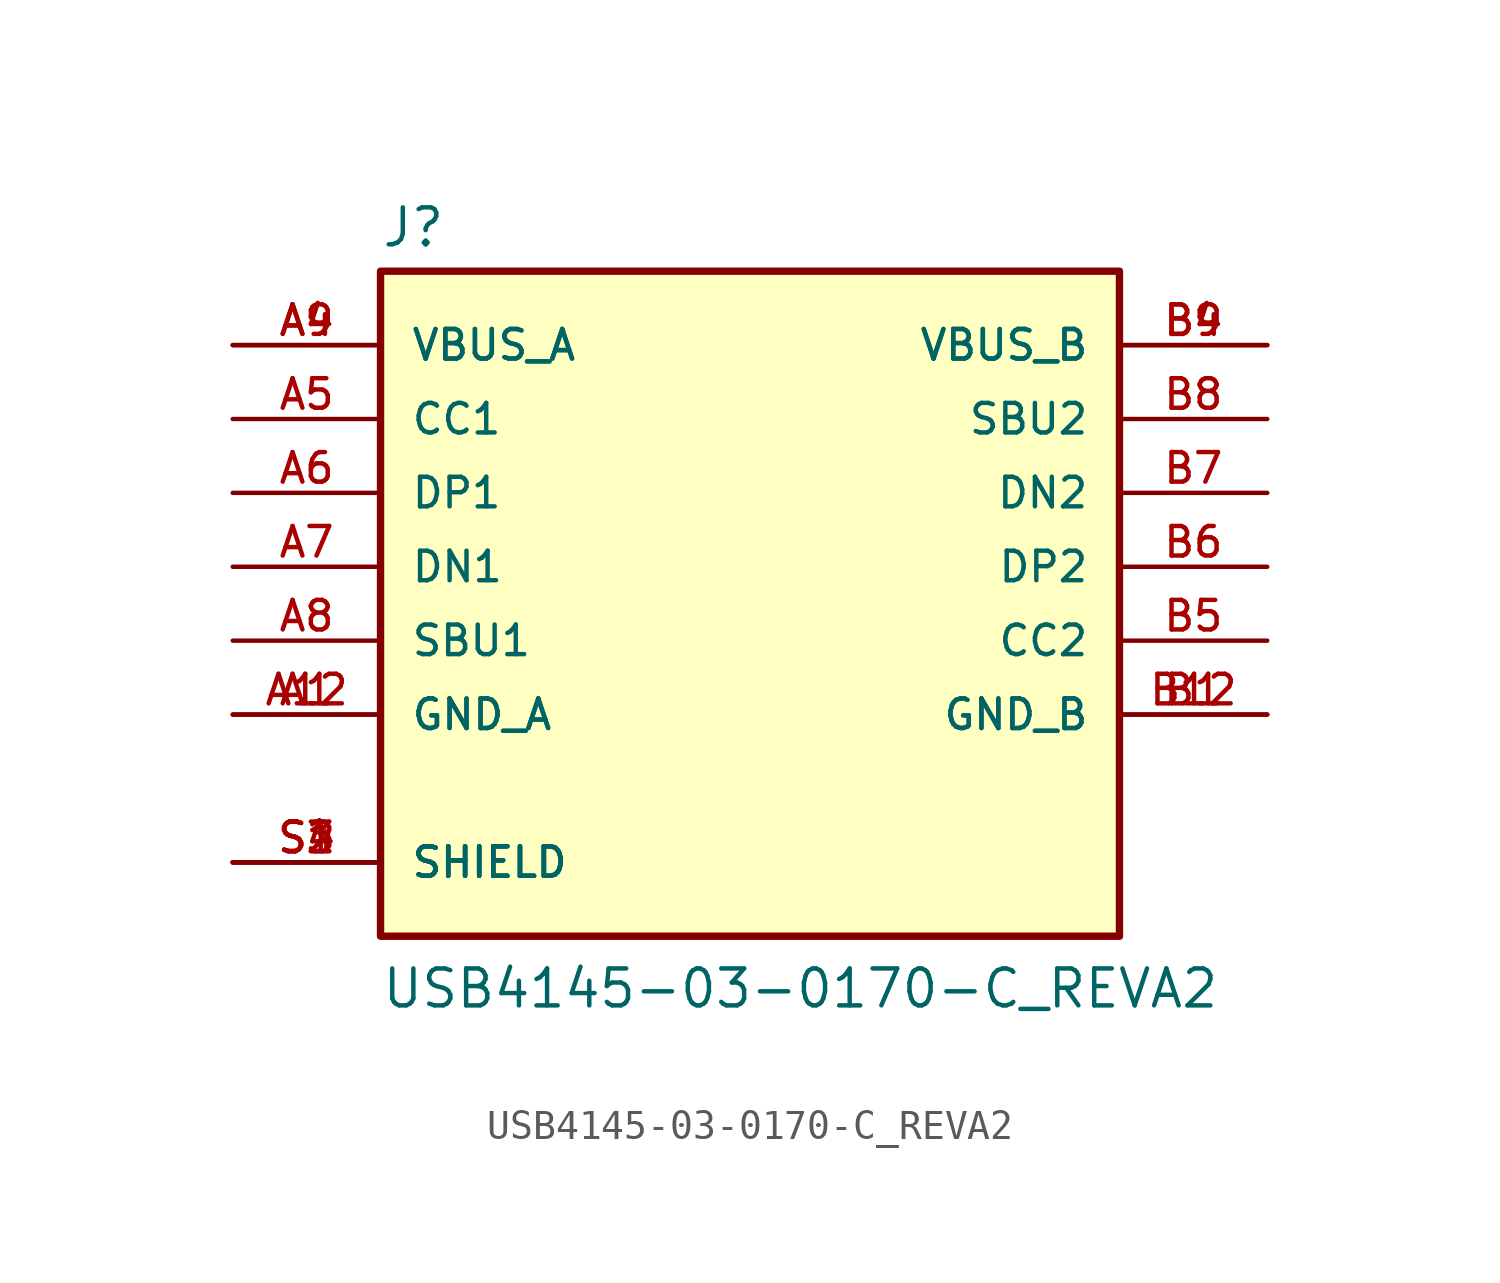
<source format=kicad_sym>
(kicad_symbol_lib
  (version 20211014)
  (generator kicad_symbol_editor)
  (symbol "USB4145-03-0170-C_REVA2"
    (pin_names
      (offset 1.016))
    (property "Reference" "J"
      (at -12.7 10.922 0)
      (effects (font (size 1.27 1.27)) (justify bottom left)))
    (property "Value" "USB4145-03-0170-C_REVA2"
      (at -12.7 -15.24 0)
      (effects (font (size 1.27 1.27)) (justify bottom left)))
    (symbol "USB4145-03-0170-C_REVA2_0_0"
      (rectangle (start -12.7 -12.7) (end 12.7 10.16) (stroke (width 0.254)) (fill (type background)))
      (pin power_in line (at -17.78 -5.08 0) (length 5.08) (name "GND_A" (effects (font (size 1.016 1.016)))) (number "A1" (effects (font (size 1.016 1.016)))))
      (pin power_in line (at -17.78 -5.08 0) (length 5.08) (name "GND_A" (effects (font (size 1.016 1.016)))) (number "A12" (effects (font (size 1.016 1.016)))))
      (pin power_in line (at -17.78 7.62 0) (length 5.08) (name "VBUS_A" (effects (font (size 1.016 1.016)))) (number "A4" (effects (font (size 1.016 1.016)))))
      (pin power_in line (at -17.78 7.62 0) (length 5.08) (name "VBUS_A" (effects (font (size 1.016 1.016)))) (number "A9" (effects (font (size 1.016 1.016)))))
      (pin bidirectional line (at -17.78 2.54 0) (length 5.08) (name "DP1" (effects (font (size 1.016 1.016)))) (number "A6" (effects (font (size 1.016 1.016)))))
      (pin bidirectional line (at -17.78 5.08 0) (length 5.08) (name "CC1" (effects (font (size 1.016 1.016)))) (number "A5" (effects (font (size 1.016 1.016)))))
      (pin bidirectional line (at -17.78 -2.54 0) (length 5.08) (name "SBU1" (effects (font (size 1.016 1.016)))) (number "A8" (effects (font (size 1.016 1.016)))))
      (pin bidirectional line (at -17.78 0.0 0) (length 5.08) (name "DN1" (effects (font (size 1.016 1.016)))) (number "A7" (effects (font (size 1.016 1.016)))))
      (pin passive line (at -17.78 -10.16 0) (length 5.08) (name "SHIELD" (effects (font (size 1.016 1.016)))) (number "S1" (effects (font (size 1.016 1.016)))))
      (pin passive line (at -17.78 -10.16 0) (length 5.08) (name "SHIELD" (effects (font (size 1.016 1.016)))) (number "S2" (effects (font (size 1.016 1.016)))))
      (pin passive line (at -17.78 -10.16 0) (length 5.08) (name "SHIELD" (effects (font (size 1.016 1.016)))) (number "S3" (effects (font (size 1.016 1.016)))))
      (pin passive line (at -17.78 -10.16 0) (length 5.08) (name "SHIELD" (effects (font (size 1.016 1.016)))) (number "S4" (effects (font (size 1.016 1.016)))))
      (pin power_in line (at 17.78 -5.08 180.0) (length 5.08) (name "GND_B" (effects (font (size 1.016 1.016)))) (number "B1" (effects (font (size 1.016 1.016)))))
      (pin power_in line (at 17.78 -5.08 180.0) (length 5.08) (name "GND_B" (effects (font (size 1.016 1.016)))) (number "B12" (effects (font (size 1.016 1.016)))))
      (pin power_in line (at 17.78 7.62 180.0) (length 5.08) (name "VBUS_B" (effects (font (size 1.016 1.016)))) (number "B4" (effects (font (size 1.016 1.016)))))
      (pin power_in line (at 17.78 7.62 180.0) (length 5.08) (name "VBUS_B" (effects (font (size 1.016 1.016)))) (number "B9" (effects (font (size 1.016 1.016)))))
      (pin bidirectional line (at 17.78 0.0 180.0) (length 5.08) (name "DP2" (effects (font (size 1.016 1.016)))) (number "B6" (effects (font (size 1.016 1.016)))))
      (pin bidirectional line (at 17.78 -2.54 180.0) (length 5.08) (name "CC2" (effects (font (size 1.016 1.016)))) (number "B5" (effects (font (size 1.016 1.016)))))
      (pin bidirectional line (at 17.78 5.08 180.0) (length 5.08) (name "SBU2" (effects (font (size 1.016 1.016)))) (number "B8" (effects (font (size 1.016 1.016)))))
      (pin bidirectional line (at 17.78 2.54 180.0) (length 5.08) (name "DN2" (effects (font (size 1.016 1.016)))) (number "B7" (effects (font (size 1.016 1.016))))))))
</source>
